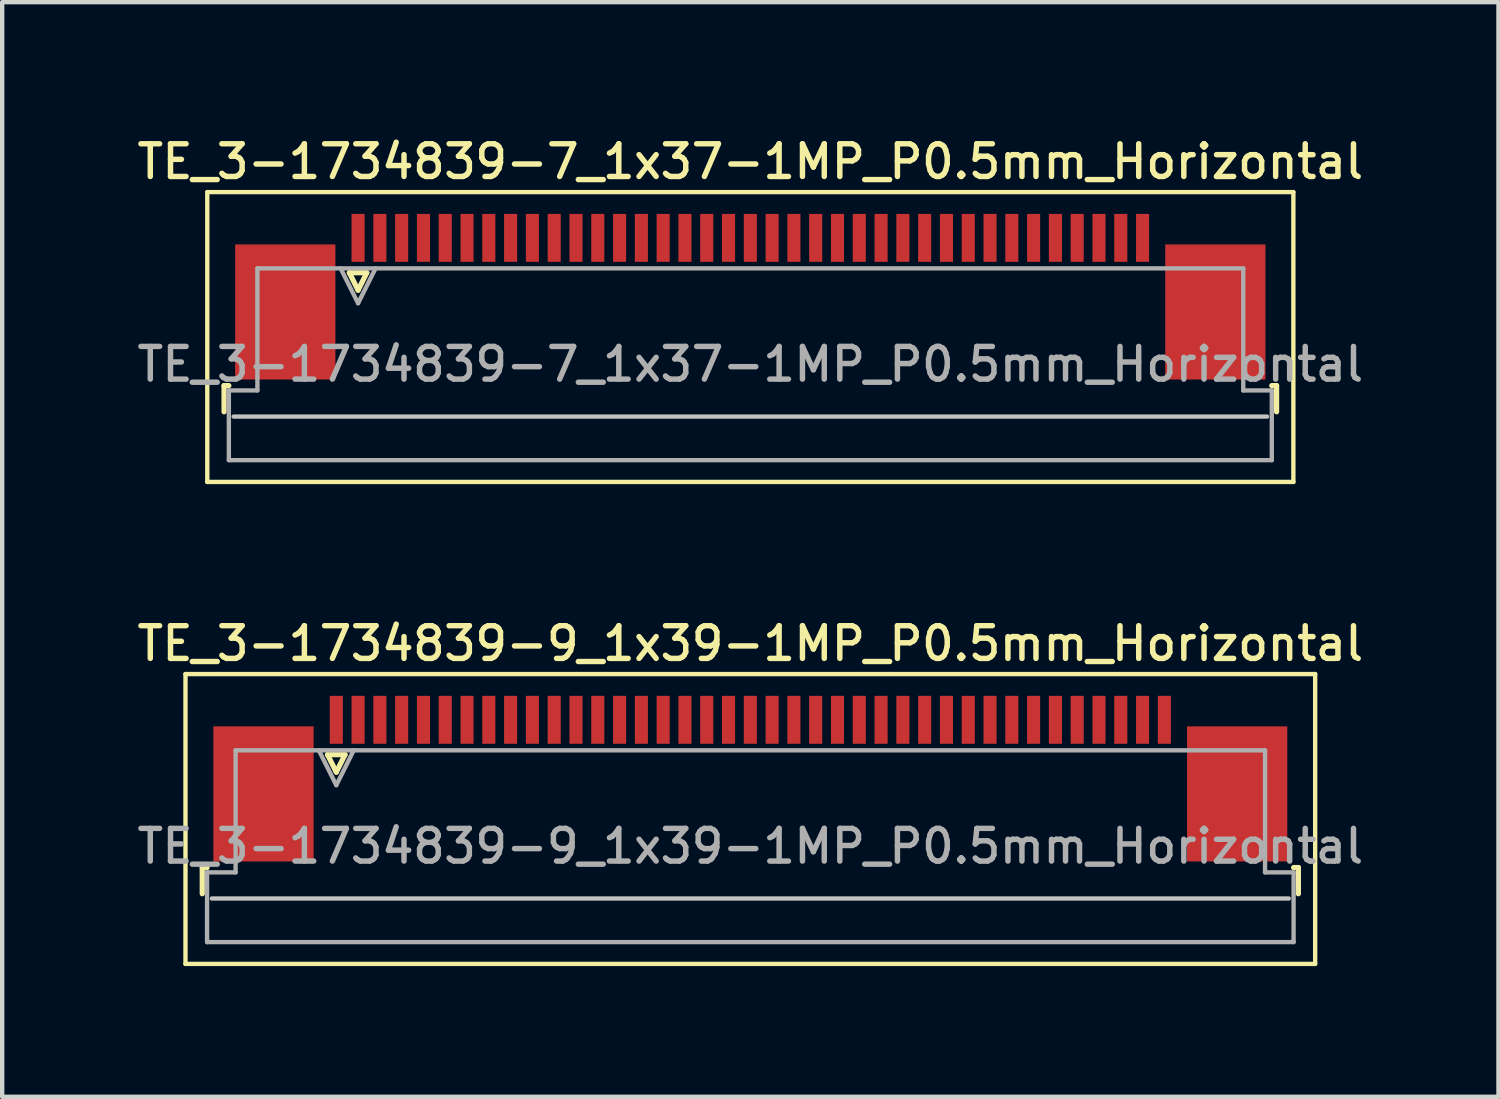
<source format=kicad_pcb>
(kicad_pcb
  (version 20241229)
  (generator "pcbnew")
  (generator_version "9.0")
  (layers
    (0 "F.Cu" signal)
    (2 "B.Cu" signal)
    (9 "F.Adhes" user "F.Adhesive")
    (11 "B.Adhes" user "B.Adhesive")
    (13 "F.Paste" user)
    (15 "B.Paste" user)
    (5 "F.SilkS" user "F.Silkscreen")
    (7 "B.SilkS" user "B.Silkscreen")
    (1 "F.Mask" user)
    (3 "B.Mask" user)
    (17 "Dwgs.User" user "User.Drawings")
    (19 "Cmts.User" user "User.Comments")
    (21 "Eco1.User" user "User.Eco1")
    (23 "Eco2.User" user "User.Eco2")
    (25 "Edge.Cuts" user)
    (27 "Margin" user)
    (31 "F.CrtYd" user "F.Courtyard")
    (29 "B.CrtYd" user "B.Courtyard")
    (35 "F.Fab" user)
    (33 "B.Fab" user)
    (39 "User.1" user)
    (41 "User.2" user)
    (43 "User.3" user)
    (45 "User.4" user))
  (footprint "TE_3-1734839-7_1x37-1MP_P0.5mm_Horizontal"
    (layer "F.Cu")
    (at 14.166 3.758)
    (property "Reference" "TE_3-1734839-7_1x37-1MP_P0.5mm_Horizontal" (at 0 -3.1 0) (layer "F.SilkS") (effects (font (size 0.75 0.75) (thickness 0.125))))
    (attr smd)
    (fp_line (start -12.46 -2.4) (end -12.46 4.25) (stroke (width 0.1) (type solid)) (layer "F.SilkS"))
    (fp_line (start -12.46 4.25) (end 12.46 4.25) (stroke (width 0.1) (type solid)) (layer "F.SilkS"))
    (fp_line (start -12.075 2.04) (end -12.075 2.64) (stroke (width 0.12) (type solid)) (layer "F.SilkS"))
    (fp_line (start -11.965 2.04) (end -12.075 2.04) (stroke (width 0.12) (type solid)) (layer "F.SilkS"))
    (fp_line (start -9.2 -0.55) (end -9 -0.15) (stroke (width 0.12) (type solid)) (layer "F.SilkS"))
    (fp_line (start -9 -0.15) (end -8.8 -0.55) (stroke (width 0.12) (type solid)) (layer "F.SilkS"))
    (fp_line (start -8.8 -0.55) (end -9.2 -0.55) (stroke (width 0.12) (type solid)) (layer "F.SilkS"))
    (fp_line (start 11.965 2.04) (end 12.075 2.04) (stroke (width 0.12) (type solid)) (layer "F.SilkS"))
    (fp_line (start 12.075 2.04) (end 12.075 2.64) (stroke (width 0.12) (type solid)) (layer "F.SilkS"))
    (fp_line (start 12.46 -2.4) (end -12.46 -2.4) (stroke (width 0.1) (type solid)) (layer "F.SilkS"))
    (fp_line (start 12.46 4.25) (end 12.46 -2.4) (stroke (width 0.1) (type solid)) (layer "F.SilkS"))
    (fp_line (start 11.855 2.75) (end -11.855 2.75) (stroke (width 0.1) (type solid)) (layer "Dwgs.User"))
    (fp_line (start -11.965 2.15) (end -11.31 2.15) (stroke (width 0.1) (type solid)) (layer "F.Fab"))
    (fp_line (start -11.965 3.75) (end -11.965 2.15) (stroke (width 0.1) (type solid)) (layer "F.Fab"))
    (fp_line (start -11.31 -0.65) (end 11.31 -0.65) (stroke (width 0.1) (type solid)) (layer "F.Fab"))
    (fp_line (start -11.31 2.15) (end -11.31 -0.65) (stroke (width 0.1) (type solid)) (layer "F.Fab"))
    (fp_line (start -9.4 -0.65) (end -9 0.15) (stroke (width 0.1) (type solid)) (layer "F.Fab"))
    (fp_line (start -9 0.15) (end -8.6 -0.65) (stroke (width 0.1) (type solid)) (layer "F.Fab"))
    (fp_line (start 11.31 -0.65) (end 11.31 2.15) (stroke (width 0.1) (type solid)) (layer "F.Fab"))
    (fp_line (start 11.31 2.15) (end 11.965 2.15) (stroke (width 0.1) (type solid)) (layer "F.Fab"))
    (fp_line (start 11.965 2.15) (end 11.965 3.75) (stroke (width 0.1) (type solid)) (layer "F.Fab"))
    (fp_line (start 11.965 3.75) (end -11.965 3.75) (stroke (width 0.1) (type solid)) (layer "F.Fab"))
    (fp_text user "${REFERENCE}" (at 0 1.55 0) (layer "F.Fab") (effects (font (size 0.75 0.75) (thickness 0.125))))
    (pad "1" smd rect (at -9 -1.35) (size 0.3 1.1) (layers "F.Cu" "F.Mask" "F.Paste"))
    (pad "2" smd rect (at -8.5 -1.35) (size 0.3 1.1) (layers "F.Cu" "F.Mask" "F.Paste"))
    (pad "3" smd rect (at -8 -1.35) (size 0.3 1.1) (layers "F.Cu" "F.Mask" "F.Paste"))
    (pad "4" smd rect (at -7.5 -1.35) (size 0.3 1.1) (layers "F.Cu" "F.Mask" "F.Paste"))
    (pad "5" smd rect (at -7 -1.35) (size 0.3 1.1) (layers "F.Cu" "F.Mask" "F.Paste"))
    (pad "6" smd rect (at -6.5 -1.35) (size 0.3 1.1) (layers "F.Cu" "F.Mask" "F.Paste"))
    (pad "7" smd rect (at -6 -1.35) (size 0.3 1.1) (layers "F.Cu" "F.Mask" "F.Paste"))
    (pad "8" smd rect (at -5.5 -1.35) (size 0.3 1.1) (layers "F.Cu" "F.Mask" "F.Paste"))
    (pad "9" smd rect (at -5 -1.35) (size 0.3 1.1) (layers "F.Cu" "F.Mask" "F.Paste"))
    (pad "10" smd rect (at -4.5 -1.35) (size 0.3 1.1) (layers "F.Cu" "F.Mask" "F.Paste"))
    (pad "11" smd rect (at -4 -1.35) (size 0.3 1.1) (layers "F.Cu" "F.Mask" "F.Paste"))
    (pad "12" smd rect (at -3.5 -1.35) (size 0.3 1.1) (layers "F.Cu" "F.Mask" "F.Paste"))
    (pad "13" smd rect (at -3 -1.35) (size 0.3 1.1) (layers "F.Cu" "F.Mask" "F.Paste"))
    (pad "14" smd rect (at -2.5 -1.35) (size 0.3 1.1) (layers "F.Cu" "F.Mask" "F.Paste"))
    (pad "15" smd rect (at -2 -1.35) (size 0.3 1.1) (layers "F.Cu" "F.Mask" "F.Paste"))
    (pad "16" smd rect (at -1.5 -1.35) (size 0.3 1.1) (layers "F.Cu" "F.Mask" "F.Paste"))
    (pad "17" smd rect (at -1 -1.35) (size 0.3 1.1) (layers "F.Cu" "F.Mask" "F.Paste"))
    (pad "18" smd rect (at -0.5 -1.35) (size 0.3 1.1) (layers "F.Cu" "F.Mask" "F.Paste"))
    (pad "19" smd rect (at 0 -1.35) (size 0.3 1.1) (layers "F.Cu" "F.Mask" "F.Paste"))
    (pad "20" smd rect (at 0.5 -1.35) (size 0.3 1.1) (layers "F.Cu" "F.Mask" "F.Paste"))
    (pad "21" smd rect (at 1 -1.35) (size 0.3 1.1) (layers "F.Cu" "F.Mask" "F.Paste"))
    (pad "22" smd rect (at 1.5 -1.35) (size 0.3 1.1) (layers "F.Cu" "F.Mask" "F.Paste"))
    (pad "23" smd rect (at 2 -1.35) (size 0.3 1.1) (layers "F.Cu" "F.Mask" "F.Paste"))
    (pad "24" smd rect (at 2.5 -1.35) (size 0.3 1.1) (layers "F.Cu" "F.Mask" "F.Paste"))
    (pad "25" smd rect (at 3 -1.35) (size 0.3 1.1) (layers "F.Cu" "F.Mask" "F.Paste"))
    (pad "26" smd rect (at 3.5 -1.35) (size 0.3 1.1) (layers "F.Cu" "F.Mask" "F.Paste"))
    (pad "27" smd rect (at 4 -1.35) (size 0.3 1.1) (layers "F.Cu" "F.Mask" "F.Paste"))
    (pad "28" smd rect (at 4.5 -1.35) (size 0.3 1.1) (layers "F.Cu" "F.Mask" "F.Paste"))
    (pad "29" smd rect (at 5 -1.35) (size 0.3 1.1) (layers "F.Cu" "F.Mask" "F.Paste"))
    (pad "30" smd rect (at 5.5 -1.35) (size 0.3 1.1) (layers "F.Cu" "F.Mask" "F.Paste"))
    (pad "31" smd rect (at 6 -1.35) (size 0.3 1.1) (layers "F.Cu" "F.Mask" "F.Paste"))
    (pad "32" smd rect (at 6.5 -1.35) (size 0.3 1.1) (layers "F.Cu" "F.Mask" "F.Paste"))
    (pad "33" smd rect (at 7 -1.35) (size 0.3 1.1) (layers "F.Cu" "F.Mask" "F.Paste"))
    (pad "34" smd rect (at 7.5 -1.35) (size 0.3 1.1) (layers "F.Cu" "F.Mask" "F.Paste"))
    (pad "35" smd rect (at 8 -1.35) (size 0.3 1.1) (layers "F.Cu" "F.Mask" "F.Paste"))
    (pad "36" smd rect (at 8.5 -1.35) (size 0.3 1.1) (layers "F.Cu" "F.Mask" "F.Paste"))
    (pad "37" smd rect (at 9 -1.35) (size 0.3 1.1) (layers "F.Cu" "F.Mask" "F.Paste"))
    (pad "MP" smd rect (at -10.67 0.35) (size 2.3 3.1) (layers "F.Cu" "F.Mask" "F.Paste"))
    (pad "MP" smd rect (at 10.67 0.35) (size 2.3 3.1) (layers "F.Cu" "F.Mask" "F.Paste")))
  (footprint "TE_3-1734839-9_1x39-1MP_P0.5mm_Horizontal"
    (layer "F.Cu")
    (at 14.166 14.816)
    (property "Reference" "TE_3-1734839-9_1x39-1MP_P0.5mm_Horizontal" (at 0 -3.1 0) (layer "F.SilkS") (effects (font (size 0.75 0.75) (thickness 0.125))))
    (attr smd)
    (fp_line (start -12.96 -2.4) (end -12.96 4.25) (stroke (width 0.1) (type solid)) (layer "F.SilkS"))
    (fp_line (start -12.96 4.25) (end 12.96 4.25) (stroke (width 0.1) (type solid)) (layer "F.SilkS"))
    (fp_line (start -12.575 2.04) (end -12.575 2.64) (stroke (width 0.12) (type solid)) (layer "F.SilkS"))
    (fp_line (start -12.465 2.04) (end -12.575 2.04) (stroke (width 0.12) (type solid)) (layer "F.SilkS"))
    (fp_line (start -9.7 -0.55) (end -9.5 -0.15) (stroke (width 0.12) (type solid)) (layer "F.SilkS"))
    (fp_line (start -9.5 -0.15) (end -9.3 -0.55) (stroke (width 0.12) (type solid)) (layer "F.SilkS"))
    (fp_line (start -9.3 -0.55) (end -9.7 -0.55) (stroke (width 0.12) (type solid)) (layer "F.SilkS"))
    (fp_line (start 12.465 2.04) (end 12.575 2.04) (stroke (width 0.12) (type solid)) (layer "F.SilkS"))
    (fp_line (start 12.575 2.04) (end 12.575 2.64) (stroke (width 0.12) (type solid)) (layer "F.SilkS"))
    (fp_line (start 12.96 -2.4) (end -12.96 -2.4) (stroke (width 0.1) (type solid)) (layer "F.SilkS"))
    (fp_line (start 12.96 4.25) (end 12.96 -2.4) (stroke (width 0.1) (type solid)) (layer "F.SilkS"))
    (fp_line (start 12.355 2.75) (end -12.355 2.75) (stroke (width 0.1) (type solid)) (layer "Dwgs.User"))
    (fp_line (start -12.465 2.15) (end -11.81 2.15) (stroke (width 0.1) (type solid)) (layer "F.Fab"))
    (fp_line (start -12.465 3.75) (end -12.465 2.15) (stroke (width 0.1) (type solid)) (layer "F.Fab"))
    (fp_line (start -11.81 -0.65) (end 11.81 -0.65) (stroke (width 0.1) (type solid)) (layer "F.Fab"))
    (fp_line (start -11.81 2.15) (end -11.81 -0.65) (stroke (width 0.1) (type solid)) (layer "F.Fab"))
    (fp_line (start -9.9 -0.65) (end -9.5 0.15) (stroke (width 0.1) (type solid)) (layer "F.Fab"))
    (fp_line (start -9.5 0.15) (end -9.1 -0.65) (stroke (width 0.1) (type solid)) (layer "F.Fab"))
    (fp_line (start 11.81 -0.65) (end 11.81 2.15) (stroke (width 0.1) (type solid)) (layer "F.Fab"))
    (fp_line (start 11.81 2.15) (end 12.465 2.15) (stroke (width 0.1) (type solid)) (layer "F.Fab"))
    (fp_line (start 12.465 2.15) (end 12.465 3.75) (stroke (width 0.1) (type solid)) (layer "F.Fab"))
    (fp_line (start 12.465 3.75) (end -12.465 3.75) (stroke (width 0.1) (type solid)) (layer "F.Fab"))
    (fp_text user "${REFERENCE}" (at 0 1.55 0) (layer "F.Fab") (effects (font (size 0.75 0.75) (thickness 0.125))))
    (pad "1" smd rect (at -9.5 -1.35) (size 0.3 1.1) (layers "F.Cu" "F.Mask" "F.Paste"))
    (pad "2" smd rect (at -9 -1.35) (size 0.3 1.1) (layers "F.Cu" "F.Mask" "F.Paste"))
    (pad "3" smd rect (at -8.5 -1.35) (size 0.3 1.1) (layers "F.Cu" "F.Mask" "F.Paste"))
    (pad "4" smd rect (at -8 -1.35) (size 0.3 1.1) (layers "F.Cu" "F.Mask" "F.Paste"))
    (pad "5" smd rect (at -7.5 -1.35) (size 0.3 1.1) (layers "F.Cu" "F.Mask" "F.Paste"))
    (pad "6" smd rect (at -7 -1.35) (size 0.3 1.1) (layers "F.Cu" "F.Mask" "F.Paste"))
    (pad "7" smd rect (at -6.5 -1.35) (size 0.3 1.1) (layers "F.Cu" "F.Mask" "F.Paste"))
    (pad "8" smd rect (at -6 -1.35) (size 0.3 1.1) (layers "F.Cu" "F.Mask" "F.Paste"))
    (pad "9" smd rect (at -5.5 -1.35) (size 0.3 1.1) (layers "F.Cu" "F.Mask" "F.Paste"))
    (pad "10" smd rect (at -5 -1.35) (size 0.3 1.1) (layers "F.Cu" "F.Mask" "F.Paste"))
    (pad "11" smd rect (at -4.5 -1.35) (size 0.3 1.1) (layers "F.Cu" "F.Mask" "F.Paste"))
    (pad "12" smd rect (at -4 -1.35) (size 0.3 1.1) (layers "F.Cu" "F.Mask" "F.Paste"))
    (pad "13" smd rect (at -3.5 -1.35) (size 0.3 1.1) (layers "F.Cu" "F.Mask" "F.Paste"))
    (pad "14" smd rect (at -3 -1.35) (size 0.3 1.1) (layers "F.Cu" "F.Mask" "F.Paste"))
    (pad "15" smd rect (at -2.5 -1.35) (size 0.3 1.1) (layers "F.Cu" "F.Mask" "F.Paste"))
    (pad "16" smd rect (at -2 -1.35) (size 0.3 1.1) (layers "F.Cu" "F.Mask" "F.Paste"))
    (pad "17" smd rect (at -1.5 -1.35) (size 0.3 1.1) (layers "F.Cu" "F.Mask" "F.Paste"))
    (pad "18" smd rect (at -1 -1.35) (size 0.3 1.1) (layers "F.Cu" "F.Mask" "F.Paste"))
    (pad "19" smd rect (at -0.5 -1.35) (size 0.3 1.1) (layers "F.Cu" "F.Mask" "F.Paste"))
    (pad "20" smd rect (at 0 -1.35) (size 0.3 1.1) (layers "F.Cu" "F.Mask" "F.Paste"))
    (pad "21" smd rect (at 0.5 -1.35) (size 0.3 1.1) (layers "F.Cu" "F.Mask" "F.Paste"))
    (pad "22" smd rect (at 1 -1.35) (size 0.3 1.1) (layers "F.Cu" "F.Mask" "F.Paste"))
    (pad "23" smd rect (at 1.5 -1.35) (size 0.3 1.1) (layers "F.Cu" "F.Mask" "F.Paste"))
    (pad "24" smd rect (at 2 -1.35) (size 0.3 1.1) (layers "F.Cu" "F.Mask" "F.Paste"))
    (pad "25" smd rect (at 2.5 -1.35) (size 0.3 1.1) (layers "F.Cu" "F.Mask" "F.Paste"))
    (pad "26" smd rect (at 3 -1.35) (size 0.3 1.1) (layers "F.Cu" "F.Mask" "F.Paste"))
    (pad "27" smd rect (at 3.5 -1.35) (size 0.3 1.1) (layers "F.Cu" "F.Mask" "F.Paste"))
    (pad "28" smd rect (at 4 -1.35) (size 0.3 1.1) (layers "F.Cu" "F.Mask" "F.Paste"))
    (pad "29" smd rect (at 4.5 -1.35) (size 0.3 1.1) (layers "F.Cu" "F.Mask" "F.Paste"))
    (pad "30" smd rect (at 5 -1.35) (size 0.3 1.1) (layers "F.Cu" "F.Mask" "F.Paste"))
    (pad "31" smd rect (at 5.5 -1.35) (size 0.3 1.1) (layers "F.Cu" "F.Mask" "F.Paste"))
    (pad "32" smd rect (at 6 -1.35) (size 0.3 1.1) (layers "F.Cu" "F.Mask" "F.Paste"))
    (pad "33" smd rect (at 6.5 -1.35) (size 0.3 1.1) (layers "F.Cu" "F.Mask" "F.Paste"))
    (pad "34" smd rect (at 7 -1.35) (size 0.3 1.1) (layers "F.Cu" "F.Mask" "F.Paste"))
    (pad "35" smd rect (at 7.5 -1.35) (size 0.3 1.1) (layers "F.Cu" "F.Mask" "F.Paste"))
    (pad "36" smd rect (at 8 -1.35) (size 0.3 1.1) (layers "F.Cu" "F.Mask" "F.Paste"))
    (pad "37" smd rect (at 8.5 -1.35) (size 0.3 1.1) (layers "F.Cu" "F.Mask" "F.Paste"))
    (pad "38" smd rect (at 9 -1.35) (size 0.3 1.1) (layers "F.Cu" "F.Mask" "F.Paste"))
    (pad "39" smd rect (at 9.5 -1.35) (size 0.3 1.1) (layers "F.Cu" "F.Mask" "F.Paste"))
    (pad "MP" smd rect (at -11.17 0.35) (size 2.3 3.1) (layers "F.Cu" "F.Mask" "F.Paste"))
    (pad "MP" smd rect (at 11.17 0.35) (size 2.3 3.1) (layers "F.Cu" "F.Mask" "F.Paste")))
  (gr_rect
    (start -3 -3)
    (end 31.332 22.116)
    (stroke (width 0.1) (type default))
    (fill no)
    (layer "Edge.Cuts")))
</source>
